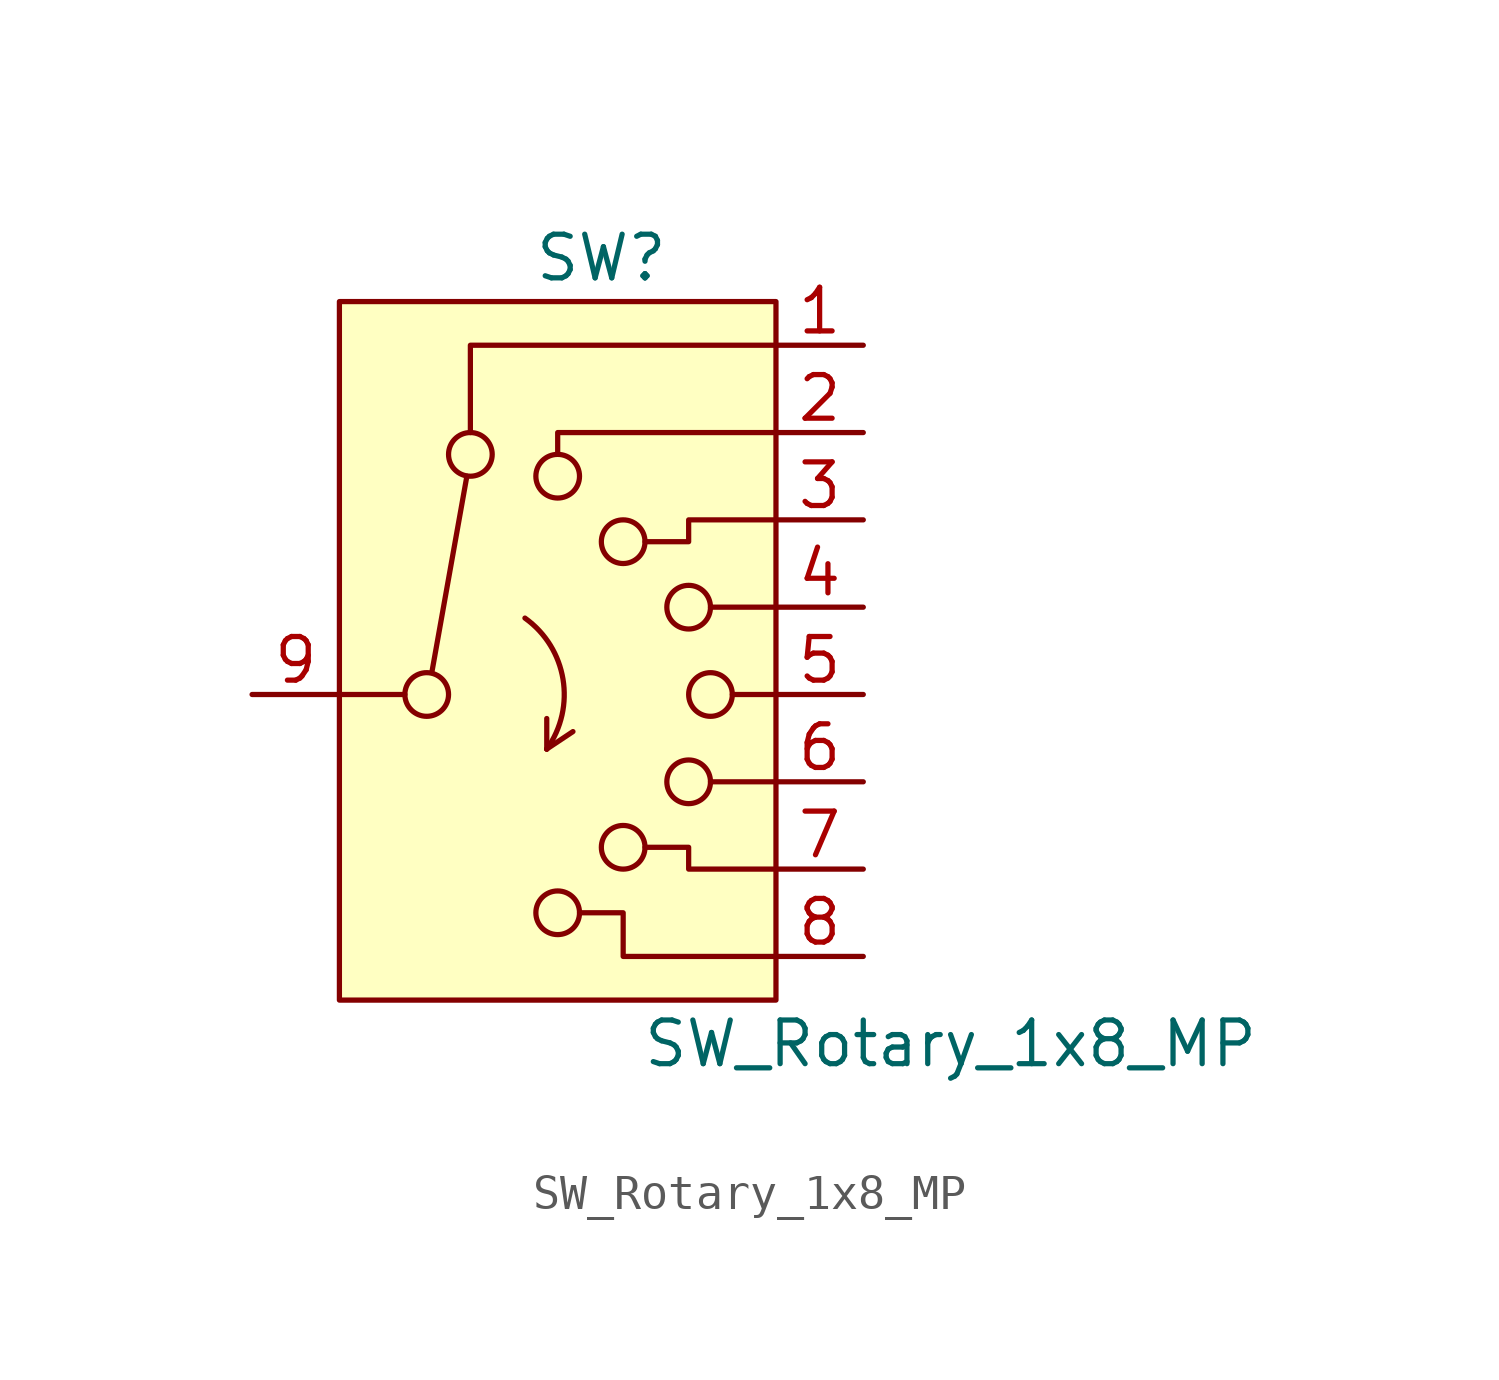
<source format=kicad_sym>
(kicad_symbol_lib
  (version 20220914)
  (generator kicad_symbol_editor)
  (symbol "SW_Rotary_1x8_MP"
    (pin_names hide)
    (property "Reference" "SW"
      (at 0 12.7 0)
      (effects (font (size 1.27 1.27))))
    (property "Value" "SW_Rotary_1x8_MP"
      (at 10.16 -10.16 0)
      (effects (font (size 1.27 1.27))))
    (symbol "SW_Rotary_1x8_MP_0_1"
      (circle (center -5.08 0) (radius 0.635) (stroke (width 0) (type default)) (fill (type none)))
      (circle (center -3.81 6.985) (radius 0.635) (stroke (width 0) (type default)) (fill (type none)))
      (arc (start -1.5876 -1.5875) (mid -1.116 0.449) (end -2.2226 2.2225) (stroke (width 0) (type default)) (fill (type none)))
      (circle (center -1.27 -6.35) (radius 0.635) (stroke (width 0) (type default)) (fill (type none)))
      (circle (center -1.27 6.35) (radius 0.635) (stroke (width 0) (type default)) (fill (type none)))
      (polyline (pts (xy -7.62 0) (xy -5.715 0)) (stroke (width 0) (type default)) (fill (type none)))
      (polyline (pts (xy -4.928 0.66) (xy -3.912 6.35)) (stroke (width 0) (type default)) (fill (type none)))
      (polyline (pts (xy -1.588 -1.587) (xy -1.588 -1.587)) (stroke (width 0) (type default)) (fill (type none)))
      (polyline (pts (xy -1.588 -1.587) (xy -1.588 -0.699)) (stroke (width 0) (type default)) (fill (type none)))
      (polyline (pts (xy -1.588 -1.587) (xy -0.826 -1.079)) (stroke (width 0) (type default)) (fill (type none)))
      (polyline (pts (xy 5.08 -2.54) (xy 3.175 -2.54)) (stroke (width 0) (type default)) (fill (type none)))
      (polyline (pts (xy 5.08 0) (xy 3.81 0)) (stroke (width 0) (type default)) (fill (type none)))
      (polyline (pts (xy 5.08 2.54) (xy 3.175 2.54)) (stroke (width 0) (type default)) (fill (type none)))
      (polyline (pts (xy 5.08 -7.62) (xy 0.635 -7.62) (xy 0.635 -6.35) (xy -0.635 -6.35)) (stroke (width 0) (type default)) (fill (type none)))
      (polyline (pts (xy 5.08 -5.08) (xy 2.54 -5.08) (xy 2.54 -4.445) (xy 1.27 -4.445)) (stroke (width 0) (type default)) (fill (type none)))
      (polyline (pts (xy 5.08 5.08) (xy 2.54 5.08) (xy 2.54 4.445) (xy 1.27 4.445)) (stroke (width 0) (type default)) (fill (type none)))
      (polyline (pts (xy 5.08 7.62) (xy -1.27 7.62) (xy -1.27 7.62) (xy -1.27 6.985)) (stroke (width 0) (type default)) (fill (type none)))
      (circle (center 0.635 -4.445) (radius 0.635) (stroke (width 0) (type default)) (fill (type none)))
      (circle (center 0.635 4.445) (radius 0.635) (stroke (width 0) (type default)) (fill (type none)))
      (circle (center 2.54 -2.54) (radius 0.635) (stroke (width 0) (type default)) (fill (type none)))
      (circle (center 2.54 2.54) (radius 0.635) (stroke (width 0) (type default)) (fill (type none)))
      (circle (center 3.175 0) (radius 0.635) (stroke (width 0) (type default)) (fill (type none))))
    (symbol "SW_Rotary_1x8_MP_1_1"
      (polyline (pts (xy 5.08 10.16) (xy -3.81 10.16) (xy -3.81 7.62)) (stroke (width 0) (type default)) (fill (type none)))
      (polyline (pts (xy -7.62 11.43) (xy 5.08 11.43) (xy 5.08 -8.89) (xy -7.62 -8.89) (xy -7.62 11.43) (xy -7.62 11.43)) (stroke (width 0) (type default)) (fill (type background)))
      (pin passive line (at 7.62 10.16 180) (length 2.54) (name "" (effects (font (size 1.27 1.27)))) (number "1" (effects (font (size 1.27 1.27)))))
      (pin passive line (at 7.62 7.62 180) (length 2.54) (name "" (effects (font (size 1.27 1.27)))) (number "2" (effects (font (size 1.27 1.27)))))
      (pin passive line (at 7.62 5.08 180) (length 2.54) (name "" (effects (font (size 1.27 1.27)))) (number "3" (effects (font (size 1.27 1.27)))))
      (pin passive line (at 7.62 2.54 180) (length 2.54) (name "" (effects (font (size 1.27 1.27)))) (number "4" (effects (font (size 1.27 1.27)))))
      (pin passive line (at 7.62 0 180) (length 2.54) (name "" (effects (font (size 1.27 1.27)))) (number "5" (effects (font (size 1.27 1.27)))))
      (pin passive line (at 7.62 -2.54 180) (length 2.54) (name "" (effects (font (size 1.27 1.27)))) (number "6" (effects (font (size 1.27 1.27)))))
      (pin passive line (at 7.62 -5.08 180) (length 2.54) (name "" (effects (font (size 1.27 1.27)))) (number "7" (effects (font (size 1.27 1.27)))))
      (pin passive line (at 7.62 -7.62 180) (length 2.54) (name "" (effects (font (size 1.27 1.27)))) (number "8" (effects (font (size 1.27 1.27)))))
      (pin passive line (at -10.16 0 0) (length 2.54) (name "" (effects (font (size 1.27 1.27)))) (number "9" (effects (font (size 1.27 1.27))))))))
</source>
